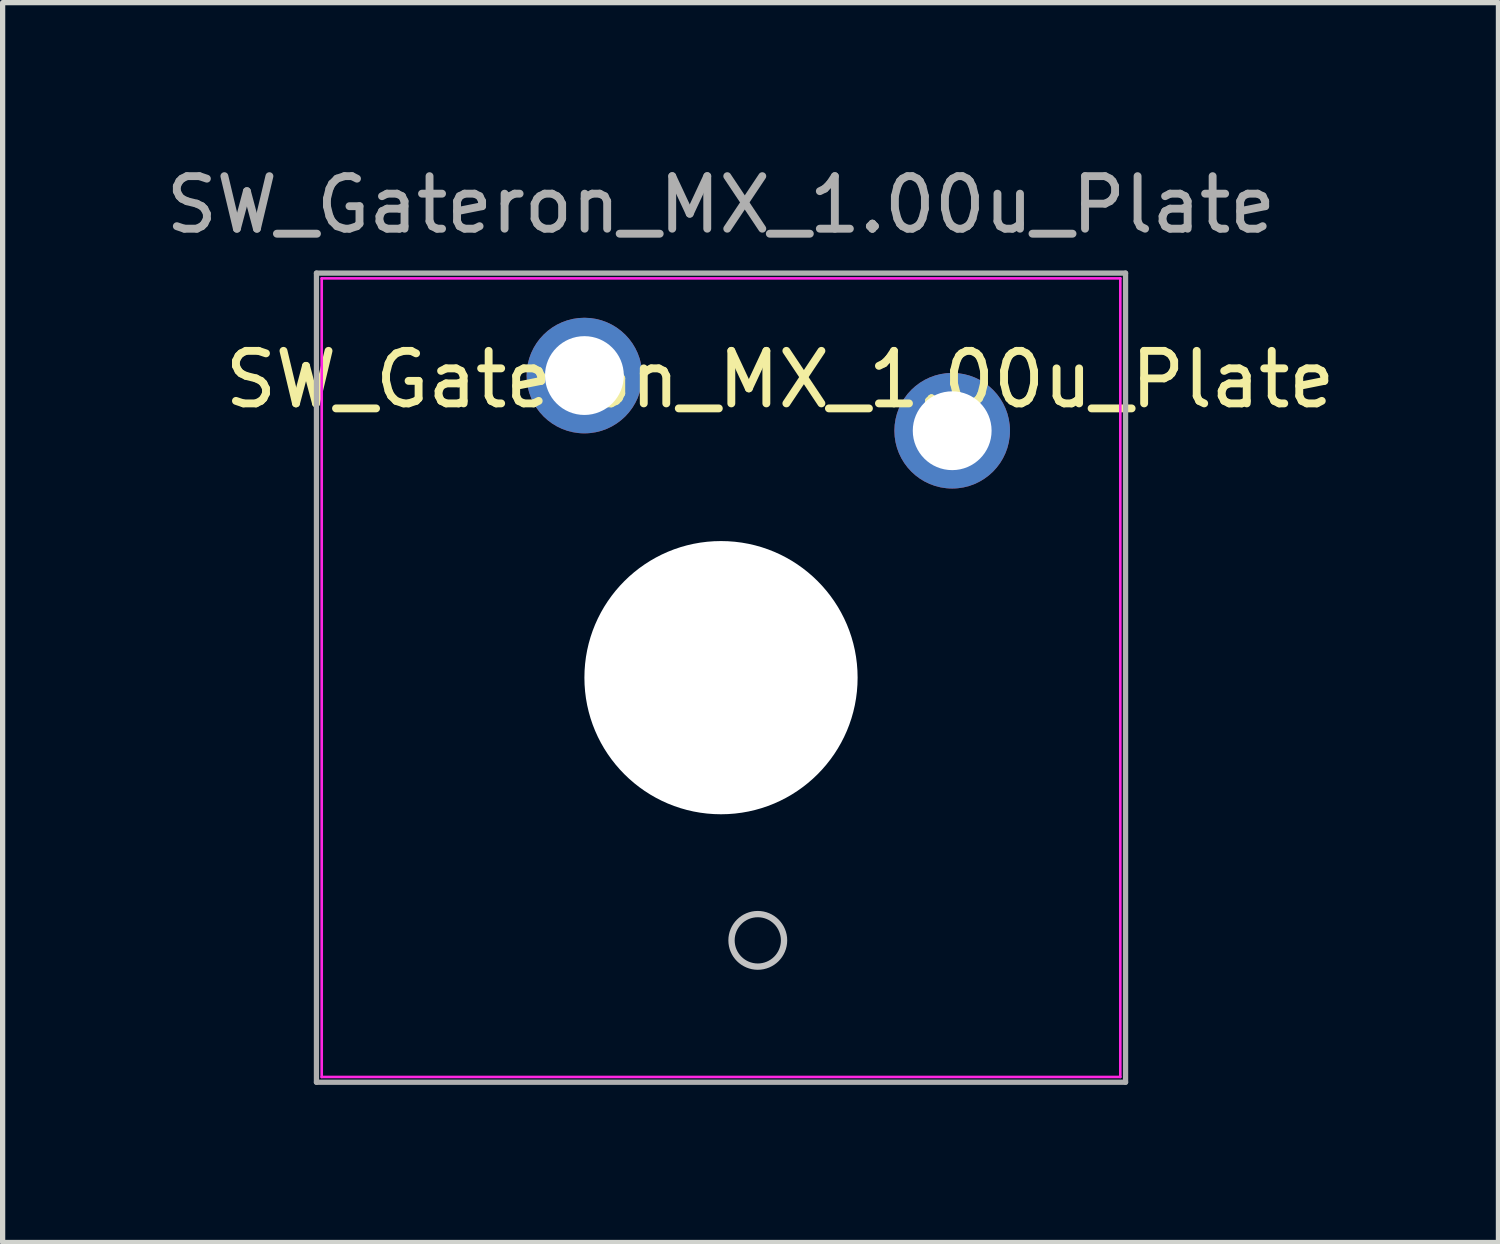
<source format=kicad_pcb>
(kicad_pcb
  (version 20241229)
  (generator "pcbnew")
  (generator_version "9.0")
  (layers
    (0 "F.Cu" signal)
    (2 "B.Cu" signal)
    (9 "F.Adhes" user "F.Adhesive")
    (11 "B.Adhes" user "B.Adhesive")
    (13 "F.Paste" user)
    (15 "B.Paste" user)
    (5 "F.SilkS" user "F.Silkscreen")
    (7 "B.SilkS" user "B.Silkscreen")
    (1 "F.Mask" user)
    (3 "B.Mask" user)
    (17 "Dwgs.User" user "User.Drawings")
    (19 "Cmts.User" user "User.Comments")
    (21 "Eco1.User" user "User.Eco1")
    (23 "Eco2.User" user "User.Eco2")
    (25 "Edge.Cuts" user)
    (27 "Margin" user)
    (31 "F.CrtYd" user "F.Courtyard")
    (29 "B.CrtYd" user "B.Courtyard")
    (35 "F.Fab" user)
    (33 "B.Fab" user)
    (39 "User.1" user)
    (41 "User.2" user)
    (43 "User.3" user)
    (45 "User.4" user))
  (footprint "SW_Gateron_MX_1.00u_Plate"
    (layer "F.Cu")
    (at 10.673 9.848)
    (property "Reference" "SW_Gateron_MX_1.00u_Plate" (at 1.125 -5.675 0) (layer "F.SilkS") (effects (font (size 1 1) (thickness 0.15))))
    (attr through_hole)
    (fp_circle (center 0.7 5) (end 1.2 5) (stroke (width 0.12) (type default)) (fill no) (layer "Dwgs.User"))
    (fp_line (start -7.6 -7.6) (end 7.6 -7.6) (stroke (width 0.05) (type solid)) (layer "F.CrtYd"))
    (fp_line (start -7.6 7.6) (end -7.6 -7.6) (stroke (width 0.05) (type solid)) (layer "F.CrtYd"))
    (fp_line (start 7.6 -7.6) (end 7.6 7.6) (stroke (width 0.05) (type solid)) (layer "F.CrtYd"))
    (fp_line (start 7.6 7.6) (end -7.6 7.6) (stroke (width 0.05) (type solid)) (layer "F.CrtYd"))
    (fp_line (start -7.7 -7.7) (end 7.7 -7.7) (stroke (width 0.1) (type solid)) (layer "F.Fab"))
    (fp_line (start -7.7 7.7) (end -7.7 -7.7) (stroke (width 0.1) (type solid)) (layer "F.Fab"))
    (fp_line (start 7.7 -7.7) (end 7.7 7.7) (stroke (width 0.1) (type solid)) (layer "F.Fab"))
    (fp_line (start 7.7 7.7) (end -7.7 7.7) (stroke (width 0.1) (type solid)) (layer "F.Fab"))
    (fp_text user "${REFERENCE}" (at 0 -9 0) (layer "F.Fab") (effects (font (size 1 1) (thickness 0.15))))
    (pad "" np_thru_hole circle (at 0 0) (size 5.2 5.2) (drill 5.2) (layers "*.Cu" "*.Mask"))
    (pad "1" thru_hole circle (at 4.4 -4.7) (size 2.2 2.2) (drill 1.5) (layers "*.Cu" "*.Mask"))
    (pad "2" thru_hole circle (at -2.6 -5.75) (size 2.2 2.2) (drill 1.5) (layers "*.Cu" "*.Mask")))
  (gr_rect
    (start -3 -3)
    (end 25.47 20.598)
    (stroke (width 0.1) (type default))
    (fill no)
    (layer "Edge.Cuts")))
</source>
